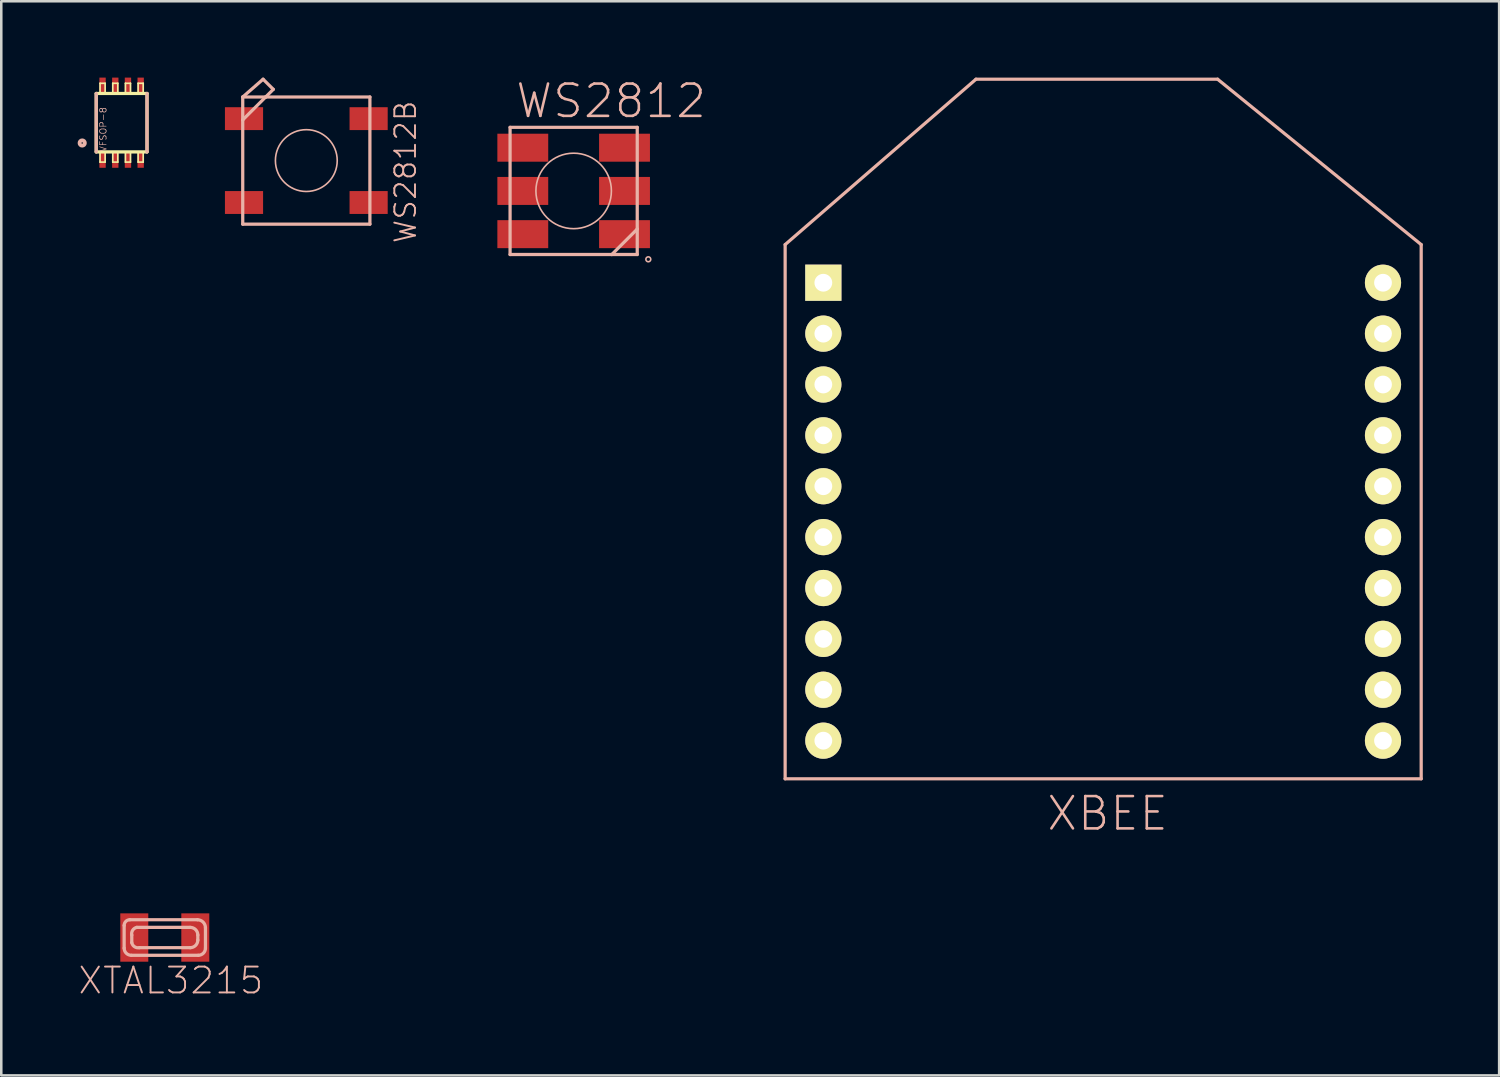
<source format=kicad_pcb>
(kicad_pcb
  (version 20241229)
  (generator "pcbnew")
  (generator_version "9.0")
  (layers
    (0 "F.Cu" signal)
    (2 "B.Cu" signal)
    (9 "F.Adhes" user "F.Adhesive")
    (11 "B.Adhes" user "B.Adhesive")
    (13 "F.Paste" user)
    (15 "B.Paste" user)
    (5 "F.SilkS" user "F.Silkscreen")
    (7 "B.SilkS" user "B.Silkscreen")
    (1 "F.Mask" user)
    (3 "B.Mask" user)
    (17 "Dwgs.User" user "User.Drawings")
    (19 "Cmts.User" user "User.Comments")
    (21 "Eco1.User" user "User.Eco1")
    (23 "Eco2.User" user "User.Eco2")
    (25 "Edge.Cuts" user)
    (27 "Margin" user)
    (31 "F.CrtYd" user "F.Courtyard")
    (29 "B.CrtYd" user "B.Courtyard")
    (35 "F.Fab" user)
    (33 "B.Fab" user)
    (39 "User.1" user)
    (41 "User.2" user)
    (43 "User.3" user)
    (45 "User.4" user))
  (footprint "XTAL3215"
    (layer "F.Cu")
    (at 3.427 33.797)
    (property "Reference" "XTAL3215" (at 0.239 1.692 0) (layer "B.SilkS") (effects (font (size 1.016 1.016) (thickness 0.076))))
    (attr smd)
    (fp_line (start -1.598 0.417) (end -1.598 -0.475) (stroke (width 0.127) (type solid)) (layer "B.SilkS"))
    (fp_line (start -1.374 -0.699) (end 1.283 -0.699) (stroke (width 0.127) (type solid)) (layer "B.SilkS"))
    (fp_line (start -1.298 0.198) (end -1.298 -0.099) (stroke (width 0.127) (type solid)) (layer "B.SilkS"))
    (fp_line (start -1.1 -0.399) (end 0.998 -0.399) (stroke (width 0.127) (type solid)) (layer "B.SilkS"))
    (fp_line (start 0.998 0.399) (end -0.998 0.399) (stroke (width 0.127) (type solid)) (layer "B.SilkS"))
    (fp_line (start 1.298 -0.099) (end 1.298 0.099) (stroke (width 0.127) (type solid)) (layer "B.SilkS"))
    (fp_line (start 1.316 0.699) (end -1.316 0.699) (stroke (width 0.127) (type solid)) (layer "B.SilkS"))
    (fp_line (start 1.598 -0.384) (end 1.598 0.417) (stroke (width 0.127) (type solid)) (layer "B.SilkS"))
    (fp_arc (start -1.59766 -0.47498) (mid -1.532193 -0.633033) (end -1.37414 -0.6985) (stroke (width 0.127) (type solid)) (layer "B.SilkS"))
    (fp_arc (start -1.31572 0.6985) (mid -1.515082 0.615922) (end -1.59766 0.41656) (stroke (width 0.127) (type solid)) (layer "B.SilkS"))
    (fp_arc (start -1.29794 -0.09906) (mid -1.260954 -0.289952) (end -1.09982 -0.39878) (stroke (width 0.127) (type solid)) (layer "B.SilkS"))
    (fp_arc (start -0.99822 0.39878) (mid -1.189112 0.361794) (end -1.29794 0.20066) (stroke (width 0.127) (type solid)) (layer "B.SilkS"))
    (fp_arc (start 0.99822 -0.39878) (mid 1.209969 -0.311179) (end 1.29794 -0.099583) (stroke (width 0.127) (type solid)) (layer "B.SilkS"))
    (fp_arc (start 1.2827 -0.6985) (mid 1.50541 -0.60625) (end 1.59766 -0.38354) (stroke (width 0.127) (type solid)) (layer "B.SilkS"))
    (fp_arc (start 1.29794 0.09906) (mid 1.210154 0.310994) (end 0.99822 0.39878) (stroke (width 0.127) (type solid)) (layer "B.SilkS"))
    (fp_arc (start 1.59766 0.41656) (mid 1.515082 0.615922) (end 1.31572 0.6985) (stroke (width 0.127) (type solid)) (layer "B.SilkS"))
    (pad "P$1" smd rect (at 1.199 0) (size 1.1 1.9) (layers "F.Cu" "F.Mask" "F.Paste"))
    (pad "P$2" smd rect (at -1.199 0 180) (size 1.1 1.9) (layers "F.Cu" "F.Mask" "F.Paste")))
  (footprint "WS2812"
    (layer "F.Cu")
    (at 19.496 4.454)
    (property "Reference" "WS2812" (at 1.473 -3.533 0) (layer "B.SilkS") (effects (font (size 1.27 1.27) (thickness 0.102))))
    (attr smd)
    (fp_line (start -2.499 -2.499) (end 2.499 -2.499) (stroke (width 0.127) (type solid)) (layer "B.SilkS"))
    (fp_line (start -2.499 2.499) (end -2.499 -2.499) (stroke (width 0.127) (type solid)) (layer "B.SilkS"))
    (fp_line (start 1.499 2.499) (end -2.499 2.499) (stroke (width 0.127) (type solid)) (layer "B.SilkS"))
    (fp_line (start 1.499 2.499) (end 2.499 1.499) (stroke (width 0.127) (type solid)) (layer "B.SilkS"))
    (fp_line (start 2.499 -2.499) (end 2.499 1.499) (stroke (width 0.127) (type solid)) (layer "B.SilkS"))
    (fp_line (start 2.499 1.499) (end 2.499 2.499) (stroke (width 0.127) (type solid)) (layer "B.SilkS"))
    (fp_line (start 2.499 2.499) (end 1.499 2.499) (stroke (width 0.127) (type solid)) (layer "B.SilkS"))
    (fp_circle (center 0 0) (end -1.049 1.049) (stroke (width 0.064) (type solid)) (fill no) (layer "B.SilkS"))
    (fp_circle (center 2.934 2.687) (end 3.002 2.756) (stroke (width 0.064) (type solid)) (fill no) (layer "B.SilkS"))
    (pad "DI" smd rect (at 1.999 0) (size 1.999 1.1) (layers "F.Cu" "F.Mask" "F.Paste"))
    (pad "DO" smd rect (at 1.999 1.699) (size 1.999 1.1) (layers "F.Cu" "F.Mask" "F.Paste"))
    (pad "LEDV" smd rect (at -1.999 0) (size 1.999 1.1) (layers "F.Cu" "F.Mask" "F.Paste"))
    (pad "NC" smd rect (at -1.999 -1.699) (size 1.999 1.1) (layers "F.Cu" "F.Mask" "F.Paste"))
    (pad "VDD" smd rect (at 1.999 -1.699) (size 1.999 1.1) (layers "F.Cu" "F.Mask" "F.Paste"))
    (pad "VSS" smd rect (at -1.999 1.699) (size 1.999 1.1) (layers "F.Cu" "F.Mask" "F.Paste")))
  (footprint "XBEE"
    (layer "F.Cu")
    (at 40.307 13.561)
    (property "Reference" "XBEE" (at 0.173 15.364 0) (layer "B.SilkS") (effects (font (size 1.27 1.27) (thickness 0.102))))
    (attr exclude_from_pos_files exclude_from_bom)
    (fp_line (start -12.499 -6.998) (end -12.499 13.998) (stroke (width 0.127) (type solid)) (layer "B.SilkS"))
    (fp_line (start -12.499 13.998) (end 12.499 13.998) (stroke (width 0.127) (type solid)) (layer "B.SilkS"))
    (fp_line (start -4.999 -13.498) (end -12.499 -6.998) (stroke (width 0.127) (type solid)) (layer "B.SilkS"))
    (fp_line (start 4.498 -13.498) (end -4.999 -13.498) (stroke (width 0.127) (type solid)) (layer "B.SilkS"))
    (fp_line (start 12.499 -6.998) (end 4.498 -13.498) (stroke (width 0.127) (type solid)) (layer "B.SilkS"))
    (fp_line (start 12.499 13.998) (end 12.499 -6.998) (stroke (width 0.127) (type solid)) (layer "B.SilkS"))
    (pad "1" thru_hole rect (at -10.998 -5.499) (size 1.422 1.422) (drill 0.699) (layers "*.Cu" "F.Mask" "F.SilkS" "F.Paste"))
    (pad "2" thru_hole circle (at -10.998 -3.498) (size 1.422 1.422) (drill 0.699) (layers "*.Cu" "F.Mask" "F.SilkS" "F.Paste"))
    (pad "3" thru_hole circle (at -10.998 -1.499) (size 1.422 1.422) (drill 0.699) (layers "*.Cu" "F.Mask" "F.SilkS" "F.Paste"))
    (pad "4" thru_hole circle (at -10.998 0.498) (size 1.422 1.422) (drill 0.699) (layers "*.Cu" "F.Mask" "F.SilkS" "F.Paste"))
    (pad "5" thru_hole circle (at -10.998 2.499) (size 1.422 1.422) (drill 0.699) (layers "*.Cu" "F.Mask" "F.SilkS" "F.Paste"))
    (pad "6" thru_hole circle (at -10.998 4.498) (size 1.422 1.422) (drill 0.699) (layers "*.Cu" "F.Mask" "F.SilkS" "F.Paste"))
    (pad "7" thru_hole circle (at -10.998 6.5) (size 1.422 1.422) (drill 0.699) (layers "*.Cu" "F.Mask" "F.SilkS" "F.Paste"))
    (pad "8" thru_hole circle (at -10.998 8.499) (size 1.422 1.422) (drill 0.699) (layers "*.Cu" "F.Mask" "F.SilkS" "F.Paste"))
    (pad "9" thru_hole circle (at -10.998 10.498) (size 1.422 1.422) (drill 0.699) (layers "*.Cu" "F.Mask" "F.SilkS" "F.Paste"))
    (pad "10" thru_hole circle (at -10.998 12.499) (size 1.422 1.422) (drill 0.699) (layers "*.Cu" "F.Mask" "F.SilkS" "F.Paste"))
    (pad "11" thru_hole circle (at 10.998 12.499) (size 1.422 1.422) (drill 0.699) (layers "*.Cu" "F.Mask" "F.SilkS" "F.Paste"))
    (pad "12" thru_hole circle (at 10.998 10.498) (size 1.422 1.422) (drill 0.699) (layers "*.Cu" "F.Mask" "F.SilkS" "F.Paste"))
    (pad "13" thru_hole circle (at 10.998 8.499) (size 1.422 1.422) (drill 0.699) (layers "*.Cu" "F.Mask" "F.SilkS" "F.Paste"))
    (pad "14" thru_hole circle (at 10.998 6.5) (size 1.422 1.422) (drill 0.699) (layers "*.Cu" "F.Mask" "F.SilkS" "F.Paste"))
    (pad "15" thru_hole circle (at 10.998 4.498) (size 1.422 1.422) (drill 0.699) (layers "*.Cu" "F.Mask" "F.SilkS" "F.Paste"))
    (pad "16" thru_hole circle (at 10.998 2.499) (size 1.422 1.422) (drill 0.699) (layers "*.Cu" "F.Mask" "F.SilkS" "F.Paste"))
    (pad "17" thru_hole circle (at 10.998 0.498) (size 1.422 1.422) (drill 0.699) (layers "*.Cu" "F.Mask" "F.SilkS" "F.Paste"))
    (pad "18" thru_hole circle (at 10.998 -1.499) (size 1.422 1.422) (drill 0.699) (layers "*.Cu" "F.Mask" "F.SilkS" "F.Paste"))
    (pad "19" thru_hole circle (at 10.998 -3.498) (size 1.422 1.422) (drill 0.699) (layers "*.Cu" "F.Mask" "F.SilkS" "F.Paste"))
    (pad "20" thru_hole circle (at 10.998 -5.499) (size 1.422 1.422) (drill 0.699) (layers "*.Cu" "F.Mask" "F.SilkS" "F.Paste")))
  (footprint "VFSOP-8"
    (layer "F.Cu")
    (at 1.73 1.772)
    (property "Reference" "VFSOP-8" (at -0.726 0.264 90) (layer "B.SilkS") (effects (font (size 0.254 0.254) (thickness 0.025))))
    (attr smd)
    (fp_line (start -0.998 -1.148) (end 0.998 -1.148) (stroke (width 0.127) (type solid)) (layer "F.SilkS"))
    (fp_line (start -0.998 1.148) (end -0.998 -1.148) (stroke (width 0.127) (type solid)) (layer "F.SilkS"))
    (fp_line (start -0.848 -1.549) (end -0.648 -1.549) (stroke (width 0.066) (type solid)) (layer "F.SilkS"))
    (fp_line (start -0.848 -1.148) (end -0.848 -1.549) (stroke (width 0.066) (type solid)) (layer "F.SilkS"))
    (fp_line (start -0.848 -1.148) (end -0.648 -1.148) (stroke (width 0.066) (type solid)) (layer "F.SilkS"))
    (fp_line (start -0.848 1.148) (end -0.648 1.148) (stroke (width 0.066) (type solid)) (layer "F.SilkS"))
    (fp_line (start -0.848 1.549) (end -0.848 1.148) (stroke (width 0.066) (type solid)) (layer "F.SilkS"))
    (fp_line (start -0.848 1.549) (end -0.648 1.549) (stroke (width 0.066) (type solid)) (layer "F.SilkS"))
    (fp_line (start -0.648 -1.148) (end -0.648 -1.549) (stroke (width 0.066) (type solid)) (layer "F.SilkS"))
    (fp_line (start -0.648 1.549) (end -0.648 1.148) (stroke (width 0.066) (type solid)) (layer "F.SilkS"))
    (fp_line (start -0.348 -1.549) (end -0.15 -1.549) (stroke (width 0.066) (type solid)) (layer "F.SilkS"))
    (fp_line (start -0.348 -1.148) (end -0.348 -1.549) (stroke (width 0.066) (type solid)) (layer "F.SilkS"))
    (fp_line (start -0.348 -1.148) (end -0.15 -1.148) (stroke (width 0.066) (type solid)) (layer "F.SilkS"))
    (fp_line (start -0.348 1.148) (end -0.15 1.148) (stroke (width 0.066) (type solid)) (layer "F.SilkS"))
    (fp_line (start -0.348 1.549) (end -0.348 1.148) (stroke (width 0.066) (type solid)) (layer "F.SilkS"))
    (fp_line (start -0.348 1.549) (end -0.15 1.549) (stroke (width 0.066) (type solid)) (layer "F.SilkS"))
    (fp_line (start -0.15 -1.148) (end -0.15 -1.549) (stroke (width 0.066) (type solid)) (layer "F.SilkS"))
    (fp_line (start -0.15 1.549) (end -0.15 1.148) (stroke (width 0.066) (type solid)) (layer "F.SilkS"))
    (fp_line (start 0.15 -1.549) (end 0.348 -1.549) (stroke (width 0.066) (type solid)) (layer "F.SilkS"))
    (fp_line (start 0.15 -1.148) (end 0.15 -1.549) (stroke (width 0.066) (type solid)) (layer "F.SilkS"))
    (fp_line (start 0.15 -1.148) (end 0.348 -1.148) (stroke (width 0.066) (type solid)) (layer "F.SilkS"))
    (fp_line (start 0.15 1.148) (end 0.348 1.148) (stroke (width 0.066) (type solid)) (layer "F.SilkS"))
    (fp_line (start 0.15 1.549) (end 0.15 1.148) (stroke (width 0.066) (type solid)) (layer "F.SilkS"))
    (fp_line (start 0.15 1.549) (end 0.348 1.549) (stroke (width 0.066) (type solid)) (layer "F.SilkS"))
    (fp_line (start 0.348 -1.148) (end 0.348 -1.549) (stroke (width 0.066) (type solid)) (layer "F.SilkS"))
    (fp_line (start 0.348 1.549) (end 0.348 1.148) (stroke (width 0.066) (type solid)) (layer "F.SilkS"))
    (fp_line (start 0.648 -1.549) (end 0.848 -1.549) (stroke (width 0.066) (type solid)) (layer "F.SilkS"))
    (fp_line (start 0.648 -1.148) (end 0.648 -1.549) (stroke (width 0.066) (type solid)) (layer "F.SilkS"))
    (fp_line (start 0.648 -1.148) (end 0.848 -1.148) (stroke (width 0.066) (type solid)) (layer "F.SilkS"))
    (fp_line (start 0.648 1.148) (end 0.848 1.148) (stroke (width 0.066) (type solid)) (layer "F.SilkS"))
    (fp_line (start 0.648 1.549) (end 0.648 1.148) (stroke (width 0.066) (type solid)) (layer "F.SilkS"))
    (fp_line (start 0.648 1.549) (end 0.848 1.549) (stroke (width 0.066) (type solid)) (layer "F.SilkS"))
    (fp_line (start 0.848 -1.148) (end 0.848 -1.549) (stroke (width 0.066) (type solid)) (layer "F.SilkS"))
    (fp_line (start 0.848 1.549) (end 0.848 1.148) (stroke (width 0.066) (type solid)) (layer "F.SilkS"))
    (fp_line (start 0.998 -1.148) (end 0.998 1.148) (stroke (width 0.127) (type solid)) (layer "F.SilkS"))
    (fp_line (start 0.998 1.148) (end -0.998 1.148) (stroke (width 0.127) (type solid)) (layer "F.SilkS"))
    (fp_line (start -0.998 1.148) (end -0.998 -1.148) (stroke (width 0.127) (type solid)) (layer "B.SilkS"))
    (fp_line (start 0.998 1.148) (end 0.998 -1.148) (stroke (width 0.127) (type solid)) (layer "B.SilkS"))
    (fp_circle (center -1.549 0.798) (end -1.623 0.871) (stroke (width 0.152) (type solid)) (fill no) (layer "B.SilkS"))
    (pad "P$1" smd rect (at -0.749 1.448 90) (size 0.648 0.249) (layers "F.Cu" "F.Mask" "F.Paste"))
    (pad "P$2" smd rect (at -0.249 1.448 90) (size 0.648 0.249) (layers "F.Cu" "F.Mask" "F.Paste"))
    (pad "P$3" smd rect (at 0.249 1.448 90) (size 0.648 0.249) (layers "F.Cu" "F.Mask" "F.Paste"))
    (pad "P$4" smd rect (at 0.749 1.448 90) (size 0.648 0.249) (layers "F.Cu" "F.Mask" "F.Paste"))
    (pad "P$5" smd rect (at 0.749 -1.448 270) (size 0.648 0.249) (layers "F.Cu" "F.Mask" "F.Paste"))
    (pad "P$6" smd rect (at 0.249 -1.448 270) (size 0.648 0.249) (layers "F.Cu" "F.Mask" "F.Paste"))
    (pad "P$7" smd rect (at -0.249 -1.448 270) (size 0.648 0.249) (layers "F.Cu" "F.Mask" "F.Paste"))
    (pad "P$8" smd rect (at -0.749 -1.448 270) (size 0.648 0.249) (layers "F.Cu" "F.Mask" "F.Paste")))
  (footprint "WS2812B"
    (layer "F.Cu")
    (at 8.989 3.261)
    (property "Reference" "WS2812B" (at 3.899 0.445 270) (layer "B.SilkS") (effects (font (size 0.813 0.813) (thickness 0.076))))
    (attr smd)
    (fp_line (start -2.499 -2.499) (end -1.598 -2.499) (stroke (width 0.127) (type solid)) (layer "B.SilkS"))
    (fp_line (start -2.499 -1.598) (end -2.499 -2.499) (stroke (width 0.127) (type solid)) (layer "B.SilkS"))
    (fp_line (start -2.499 -1.598) (end -1.598 -2.499) (stroke (width 0.127) (type solid)) (layer "B.SilkS"))
    (fp_line (start -2.499 2.499) (end -2.499 -1.598) (stroke (width 0.127) (type solid)) (layer "B.SilkS"))
    (fp_line (start -1.699 -3.198) (end -2.499 -2.499) (stroke (width 0.127) (type solid)) (layer "B.SilkS"))
    (fp_line (start -1.598 -2.499) (end -1.298 -2.799) (stroke (width 0.127) (type solid)) (layer "B.SilkS"))
    (fp_line (start -1.598 -2.499) (end 2.499 -2.499) (stroke (width 0.127) (type solid)) (layer "B.SilkS"))
    (fp_line (start -1.298 -2.799) (end -1.699 -3.198) (stroke (width 0.127) (type solid)) (layer "B.SilkS"))
    (fp_line (start 2.499 -2.499) (end 2.499 2.499) (stroke (width 0.127) (type solid)) (layer "B.SilkS"))
    (fp_line (start 2.499 2.499) (end -2.499 2.499) (stroke (width 0.127) (type solid)) (layer "B.SilkS"))
    (fp_circle (center 0 0) (end -0.859 0.859) (stroke (width 0.064) (type solid)) (fill no) (layer "B.SilkS"))
    (pad "1-VD" smd rect (at 2.449 1.648 180) (size 1.499 0.899) (layers "F.Cu" "F.Mask" "F.Paste"))
    (pad "2-DO" smd rect (at 2.449 -1.648 180) (size 1.499 0.899) (layers "F.Cu" "F.Mask" "F.Paste"))
    (pad "3-GN" smd rect (at -2.449 -1.648 180) (size 1.499 0.899) (layers "F.Cu" "F.Mask" "F.Paste"))
    (pad "4-DI" smd rect (at -2.449 1.648 180) (size 1.499 0.899) (layers "F.Cu" "F.Mask" "F.Paste")))
  (gr_rect
    (start -3 -3)
    (end 55.87 39.216)
    (stroke (width 0.1) (type default))
    (fill no)
    (layer "Edge.Cuts")))
</source>
